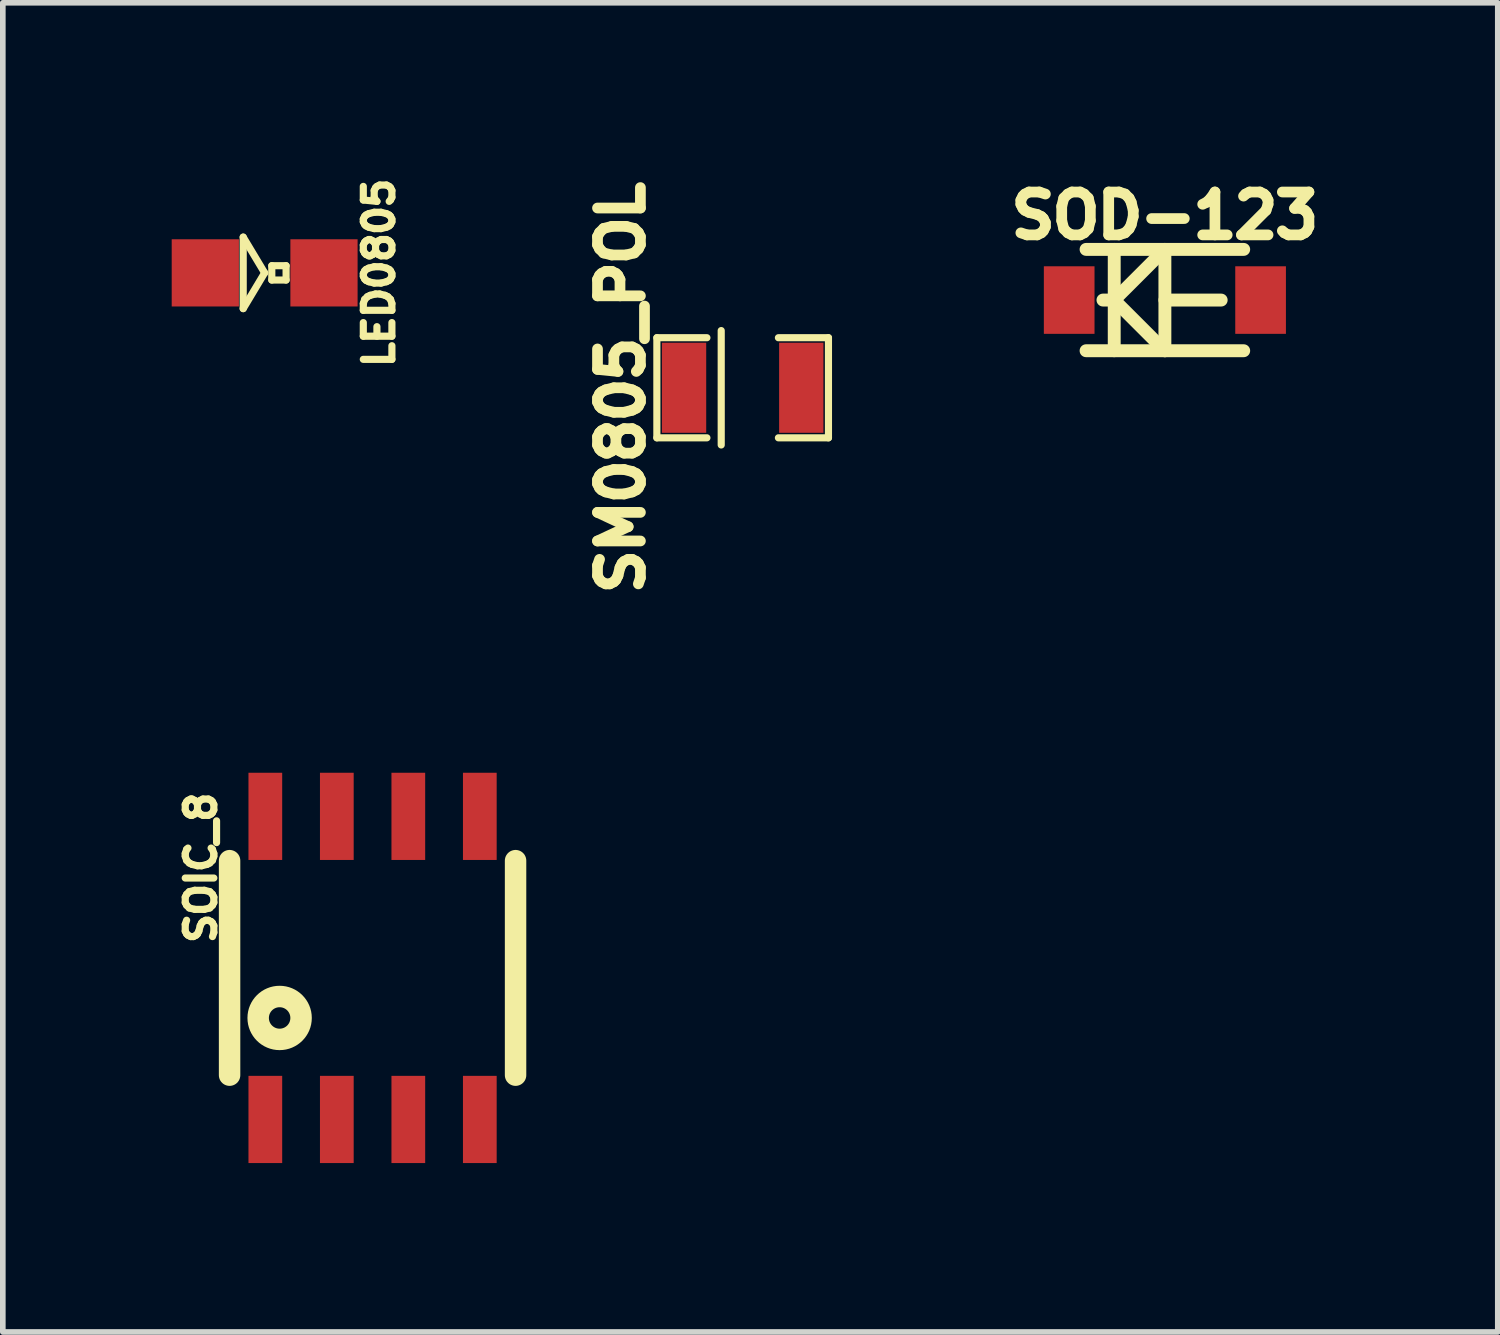
<source format=kicad_pcb>
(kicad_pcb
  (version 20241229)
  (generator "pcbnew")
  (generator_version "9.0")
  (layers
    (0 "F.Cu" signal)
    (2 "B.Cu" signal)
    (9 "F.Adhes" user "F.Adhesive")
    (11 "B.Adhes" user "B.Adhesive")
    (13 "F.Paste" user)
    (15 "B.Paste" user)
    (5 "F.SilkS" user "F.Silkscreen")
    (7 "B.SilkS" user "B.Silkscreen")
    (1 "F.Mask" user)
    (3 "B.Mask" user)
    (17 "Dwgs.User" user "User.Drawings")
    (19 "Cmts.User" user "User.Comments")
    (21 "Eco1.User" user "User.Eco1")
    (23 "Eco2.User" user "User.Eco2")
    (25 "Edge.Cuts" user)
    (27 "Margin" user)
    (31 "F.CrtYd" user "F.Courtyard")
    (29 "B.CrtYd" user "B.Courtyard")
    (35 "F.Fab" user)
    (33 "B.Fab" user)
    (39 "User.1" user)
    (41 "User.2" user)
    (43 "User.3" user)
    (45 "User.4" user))
  (footprint "SOD-123"
    (layer "F.Cu")
    (at 17.642 2.28)
    (property "Reference" "SOD-123" (at 0 -1.5 180) (layer "F.SilkS") (effects (font (size 0.762 0.762) (thickness 0.191))))
    (attr smd)
    (fp_line (start -1.4 -0.9) (end 1.4 -0.9) (stroke (width 0.229) (type solid)) (layer "F.SilkS"))
    (fp_line (start -1.4 0.9) (end 1.4 0.9) (stroke (width 0.229) (type solid)) (layer "F.SilkS"))
    (fp_line (start -1.1 0) (end -0.9 0) (stroke (width 0.229) (type solid)) (layer "F.SilkS"))
    (fp_line (start -0.9 -0.9) (end -0.9 0.9) (stroke (width 0.229) (type solid)) (layer "F.SilkS"))
    (fp_line (start -0.9 0) (end 0 -0.9) (stroke (width 0.229) (type solid)) (layer "F.SilkS"))
    (fp_line (start 0 -0.9) (end 0 0.9) (stroke (width 0.229) (type solid)) (layer "F.SilkS"))
    (fp_line (start 0 0) (end 1 0) (stroke (width 0.229) (type solid)) (layer "F.SilkS"))
    (fp_line (start 0 0.9) (end -0.9 0) (stroke (width 0.229) (type solid)) (layer "F.SilkS"))
    (pad "1" smd rect (at -1.7 0) (size 0.9 1.2) (layers "F.Cu" "F.Mask" "F.Paste"))
    (pad "2" smd rect (at 1.7 0) (size 0.9 1.2) (layers "F.Cu" "F.Mask" "F.Paste")))
  (footprint "SOIC_8"
    (layer "F.Cu")
    (at 3.568 14.143)
    (property "Reference" "SOIC_8" (at -3.048 -1.778 90) (layer "F.SilkS") (effects (font (size 0.508 0.508) (thickness 0.127))))
    (attr through_hole)
    (fp_line (start -2.54 -1.905) (end -2.54 1.905) (stroke (width 0.381) (type solid)) (layer "F.SilkS"))
    (fp_line (start 2.54 -1.905) (end 2.54 1.905) (stroke (width 0.381) (type solid)) (layer "F.SilkS"))
    (fp_circle (center -1.651 0.889) (end -1.651 0.508) (stroke (width 0.381) (type solid)) (fill no) (layer "F.SilkS"))
    (pad "1" smd rect (at -1.905 2.692) (size 0.599 1.549) (layers "F.Cu" "F.Mask" "F.Paste"))
    (pad "2" smd rect (at -0.635 2.692) (size 0.599 1.549) (layers "F.Cu" "F.Mask" "F.Paste"))
    (pad "3" smd rect (at 0.635 2.692) (size 0.599 1.549) (layers "F.Cu" "F.Mask" "F.Paste"))
    (pad "4" smd rect (at 1.905 2.692) (size 0.599 1.549) (layers "F.Cu" "F.Mask" "F.Paste"))
    (pad "5" smd rect (at 1.905 -2.692) (size 0.599 1.549) (layers "F.Cu" "F.Mask" "F.Paste"))
    (pad "6" smd rect (at 0.635 -2.692) (size 0.599 1.549) (layers "F.Cu" "F.Mask" "F.Paste"))
    (pad "7" smd rect (at -0.635 -2.692) (size 0.599 1.549) (layers "F.Cu" "F.Mask" "F.Paste"))
    (pad "8" smd rect (at -1.905 -2.692) (size 0.599 1.549) (layers "F.Cu" "F.Mask" "F.Paste")))
  (footprint "SM0805_POL"
    (layer "F.Cu")
    (at 10.142 3.838)
    (property "Reference" "SM0805_POL" (at -2.159 0 90) (layer "F.SilkS") (effects (font (size 0.762 0.762) (thickness 0.191))))
    (attr smd)
    (fp_line (start -1.524 -0.889) (end -1.524 0.889) (stroke (width 0.127) (type solid)) (layer "F.SilkS"))
    (fp_line (start -1.524 0.889) (end -0.635 0.889) (stroke (width 0.127) (type solid)) (layer "F.SilkS"))
    (fp_line (start -0.635 -0.889) (end -1.524 -0.889) (stroke (width 0.127) (type solid)) (layer "F.SilkS"))
    (fp_line (start -0.381 -1.016) (end -0.381 1.016) (stroke (width 0.127) (type solid)) (layer "F.SilkS"))
    (fp_line (start 0.635 -0.889) (end 1.524 -0.889) (stroke (width 0.127) (type solid)) (layer "F.SilkS"))
    (fp_line (start 1.524 -0.889) (end 1.524 0.889) (stroke (width 0.127) (type solid)) (layer "F.SilkS"))
    (fp_line (start 1.524 0.889) (end 0.635 0.889) (stroke (width 0.127) (type solid)) (layer "F.SilkS"))
    (pad "1" smd rect (at -1.041 0) (size 0.787 1.6) (layers "F.Cu" "F.Mask" "F.Paste"))
    (pad "2" smd rect (at 1.041 0) (size 0.787 1.6) (layers "F.Cu" "F.Mask" "F.Paste")))
  (footprint "LED0805"
    (layer "F.Cu")
    (at 1.651 1.797)
    (property "Reference" "LED0805" (at 2.032 0 90) (layer "F.SilkS") (effects (font (size 0.508 0.508) (thickness 0.127))))
    (attr through_hole)
    (fp_line (start -0.381 -0.635) (end -0.381 0.635) (stroke (width 0.127) (type solid)) (layer "F.SilkS"))
    (fp_line (start -0.381 -0.635) (end 0 0) (stroke (width 0.127) (type solid)) (layer "F.SilkS"))
    (fp_line (start 0 0) (end -0.381 0.635) (stroke (width 0.127) (type solid)) (layer "F.SilkS"))
    (fp_line (start 0.127 -0.127) (end 0.127 0.127) (stroke (width 0.127) (type solid)) (layer "F.SilkS"))
    (fp_line (start 0.127 0.127) (end 0.381 0.127) (stroke (width 0.127) (type solid)) (layer "F.SilkS"))
    (fp_line (start 0.381 -0.127) (end 0.127 -0.127) (stroke (width 0.127) (type solid)) (layer "F.SilkS"))
    (fp_line (start 0.381 0.127) (end 0.381 -0.127) (stroke (width 0.127) (type solid)) (layer "F.SilkS"))
    (pad "1" smd rect (at -1.054 0) (size 1.194 1.194) (layers "F.Cu" "F.Mask" "F.Paste"))
    (pad "2" smd rect (at 1.054 0) (size 1.194 1.194) (layers "F.Cu" "F.Mask" "F.Paste")))
  (gr_rect
    (start -3 -3)
    (end 23.555 20.61)
    (stroke (width 0.1) (type default))
    (fill no)
    (layer "Edge.Cuts")))
</source>
